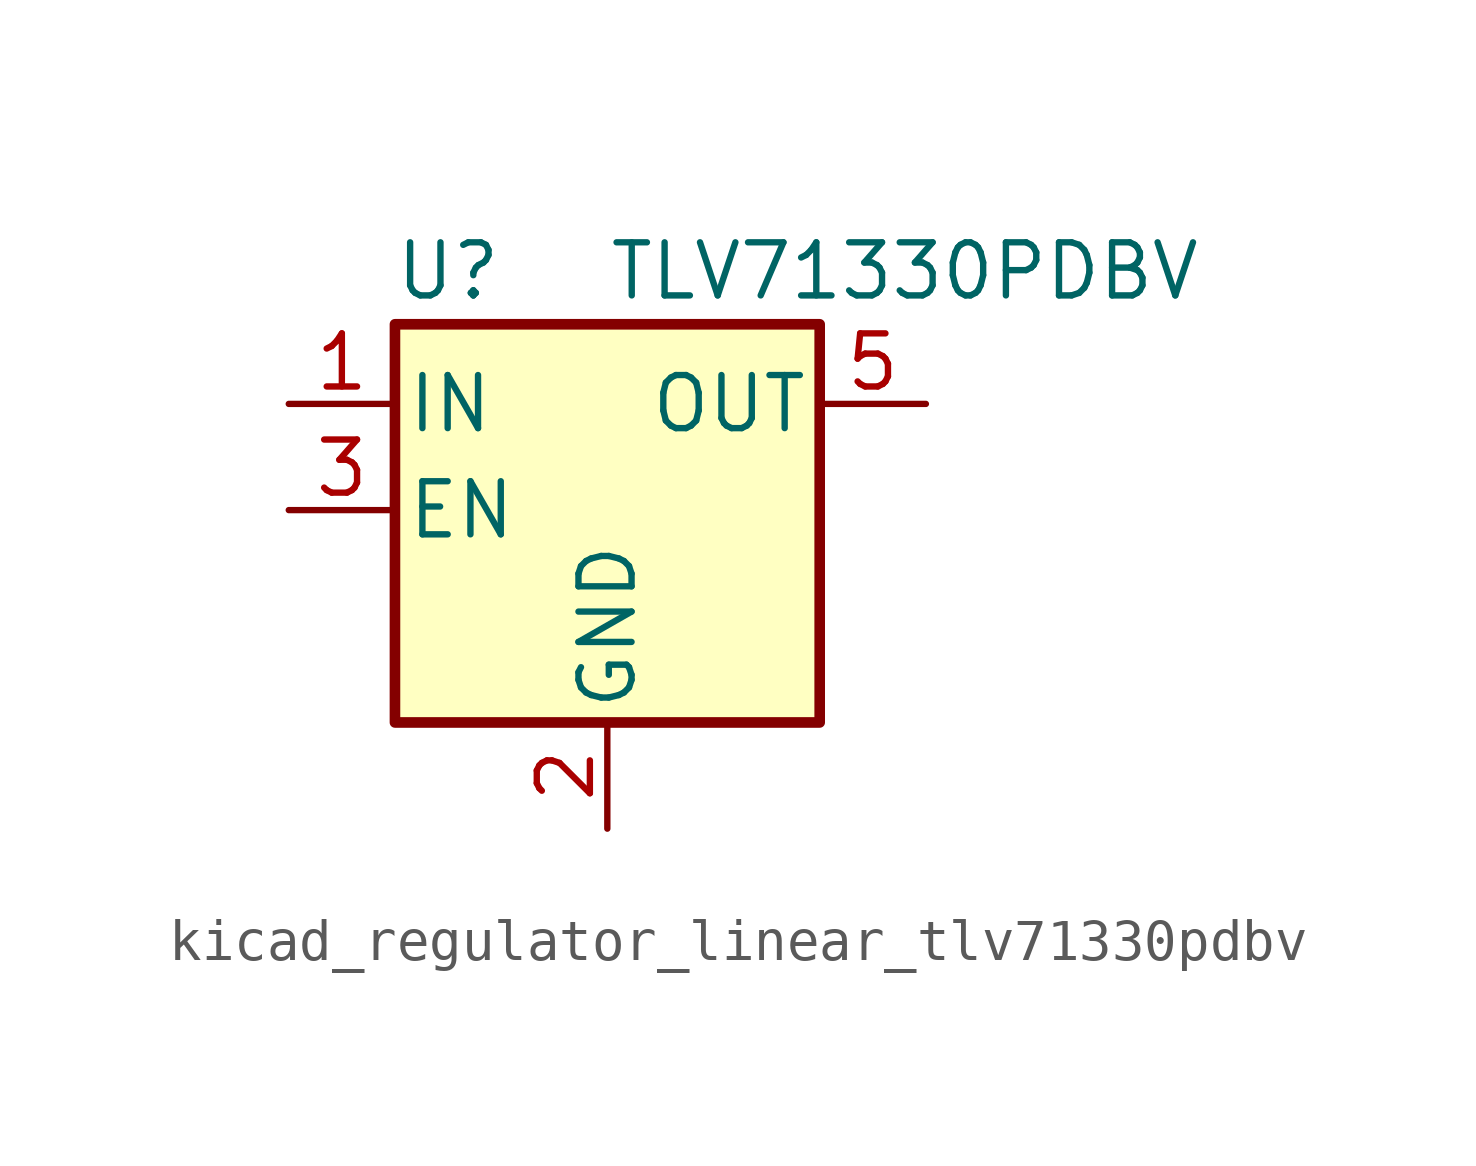
<source format=kicad_sym>
(kicad_symbol_lib
  (version 20220914)
  (generator kicad_symbol_editor)
  (symbol "kicad_regulator_linear_tlv71330pdbv"
    (pin_names
      (offset 0.254))
    (property "Reference" "U"
      (at -3.81 5.715 0)
      (effects (font (size 1.27 1.27))))
    (property "Value" "TLV71330PDBV"
      (at 0 5.715 0)
      (effects (font (size 1.27 1.27)) (justify left)))
    (symbol "kicad_regulator_linear_tlv71330pdbv_0_1"
      (rectangle (start -5.08 4.445) (end 5.08 -5.08) (stroke (width 0.254) (type default)) (fill (type background))))
    (symbol "kicad_regulator_linear_tlv71330pdbv_1_1"
      (pin power_in line (at -7.62 2.54 0) (length 2.54) (name "IN" (effects (font (size 1.27 1.27)))) (number "1" (effects (font (size 1.27 1.27)))))
      (pin power_in line (at 0 -7.62 90) (length 2.54) (name "GND" (effects (font (size 1.27 1.27)))) (number "2" (effects (font (size 1.27 1.27)))))
      (pin input line (at -7.62 0 0) (length 2.54) (name "EN" (effects (font (size 1.27 1.27)))) (number "3" (effects (font (size 1.27 1.27)))))
      (pin no_connect line (at 5.08 0 180) (length 2.54) hide (name "NC" (effects (font (size 1.27 1.27)))) (number "4" (effects (font (size 1.27 1.27)))))
      (pin power_out line (at 7.62 2.54 180) (length 2.54) (name "OUT" (effects (font (size 1.27 1.27)))) (number "5" (effects (font (size 1.27 1.27))))))))
</source>
